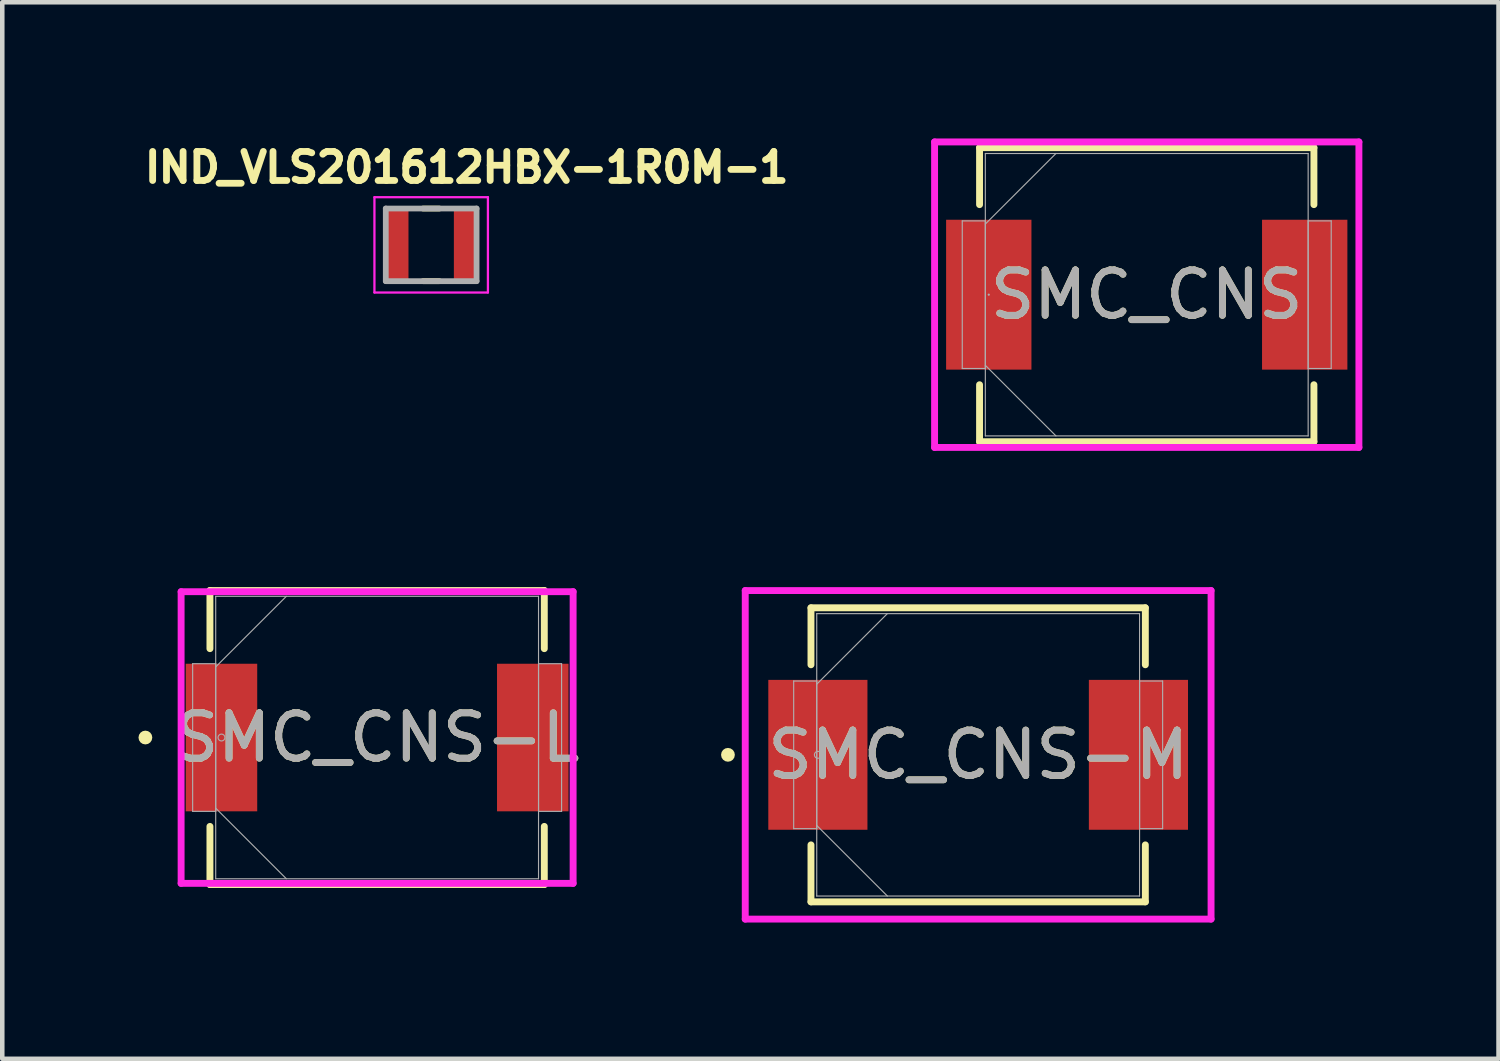
<source format=kicad_pcb>
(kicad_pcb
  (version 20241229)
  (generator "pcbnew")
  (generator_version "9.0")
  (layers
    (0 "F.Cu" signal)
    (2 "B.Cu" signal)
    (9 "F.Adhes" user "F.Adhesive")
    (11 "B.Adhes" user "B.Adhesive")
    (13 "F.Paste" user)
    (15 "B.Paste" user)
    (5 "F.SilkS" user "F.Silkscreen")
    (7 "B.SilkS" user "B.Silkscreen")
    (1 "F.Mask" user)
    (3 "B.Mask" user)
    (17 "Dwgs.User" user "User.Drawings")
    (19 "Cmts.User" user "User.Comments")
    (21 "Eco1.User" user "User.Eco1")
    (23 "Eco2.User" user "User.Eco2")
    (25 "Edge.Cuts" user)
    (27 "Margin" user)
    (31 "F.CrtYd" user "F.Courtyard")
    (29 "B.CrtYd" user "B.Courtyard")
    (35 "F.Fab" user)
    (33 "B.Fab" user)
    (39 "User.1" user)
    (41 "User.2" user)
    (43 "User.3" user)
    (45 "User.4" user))
  (footprint "SMC_CNS-M"
    (layer "F.Cu")
    (at 18.499 13.579)
    (property "Reference" "SMC_CNS-M" (at 0 0 0) (unlocked yes) (layer "F.SilkS") (effects (font (size 1 1) (thickness 0.15))))
    (attr smd)
    (fp_line (start -3.683 -3.239) (end -3.683 -1.984) (stroke (width 0.152) (type solid)) (layer "F.SilkS"))
    (fp_line (start -3.683 1.984) (end -3.683 3.239) (stroke (width 0.152) (type solid)) (layer "F.SilkS"))
    (fp_line (start -3.683 3.239) (end 3.683 3.239) (stroke (width 0.152) (type solid)) (layer "F.SilkS"))
    (fp_line (start 3.683 -3.239) (end -3.683 -3.239) (stroke (width 0.152) (type solid)) (layer "F.SilkS"))
    (fp_line (start 3.683 -1.984) (end 3.683 -3.239) (stroke (width 0.152) (type solid)) (layer "F.SilkS"))
    (fp_line (start 3.683 3.239) (end 3.683 1.984) (stroke (width 0.152) (type solid)) (layer "F.SilkS"))
    (fp_circle (center -5.512 0) (end -5.436 0) (stroke (width 0.152) (type solid)) (fill no) (layer "F.SilkS"))
    (fp_line (start -5.131 -3.619) (end 5.131 -3.619) (stroke (width 0.152) (type solid)) (layer "F.CrtYd"))
    (fp_line (start -5.131 3.619) (end -5.131 -3.619) (stroke (width 0.152) (type solid)) (layer "F.CrtYd"))
    (fp_line (start 5.131 -3.619) (end 5.131 3.619) (stroke (width 0.152) (type solid)) (layer "F.CrtYd"))
    (fp_line (start 5.131 3.619) (end -5.131 3.619) (stroke (width 0.152) (type solid)) (layer "F.CrtYd"))
    (fp_line (start -4.064 -1.626) (end -4.064 1.626) (stroke (width 0.025) (type solid)) (layer "F.Fab"))
    (fp_line (start -4.064 1.626) (end -3.556 1.626) (stroke (width 0.025) (type solid)) (layer "F.Fab"))
    (fp_line (start -3.556 -3.111) (end -3.556 3.111) (stroke (width 0.025) (type solid)) (layer "F.Fab"))
    (fp_line (start -3.556 -1.626) (end -4.064 -1.626) (stroke (width 0.025) (type solid)) (layer "F.Fab"))
    (fp_line (start -3.556 -1.556) (end -2 -3.111) (stroke (width 0.025) (type solid)) (layer "F.Fab"))
    (fp_line (start -3.556 1.556) (end -2 3.111) (stroke (width 0.025) (type solid)) (layer "F.Fab"))
    (fp_line (start -3.556 1.626) (end -3.556 -1.626) (stroke (width 0.025) (type solid)) (layer "F.Fab"))
    (fp_line (start -3.556 3.111) (end 3.556 3.111) (stroke (width 0.025) (type solid)) (layer "F.Fab"))
    (fp_line (start 3.556 -3.111) (end -3.556 -3.111) (stroke (width 0.025) (type solid)) (layer "F.Fab"))
    (fp_line (start 3.556 -1.626) (end 3.556 1.626) (stroke (width 0.025) (type solid)) (layer "F.Fab"))
    (fp_line (start 3.556 1.626) (end 4.064 1.626) (stroke (width 0.025) (type solid)) (layer "F.Fab"))
    (fp_line (start 3.556 3.111) (end 3.556 -3.111) (stroke (width 0.025) (type solid)) (layer "F.Fab"))
    (fp_line (start 4.064 -1.626) (end 3.556 -1.626) (stroke (width 0.025) (type solid)) (layer "F.Fab"))
    (fp_line (start 4.064 1.626) (end 4.064 -1.626) (stroke (width 0.025) (type solid)) (layer "F.Fab"))
    (fp_circle (center -3.531 0) (end -3.454 0) (stroke (width 0.025) (type solid)) (fill no) (layer "F.Fab"))
    (fp_text user "${REFERENCE}" (at 0 0 0) (unlocked yes) (layer "F.Fab") (effects (font (size 1 1) (thickness 0.15))))
    (pad "1" smd rect (at -3.531 0) (size 2.184 3.302) (layers "F.Cu" "F.Mask" "F.Paste"))
    (pad "2" smd rect (at 3.531 0) (size 2.184 3.302) (layers "F.Cu" "F.Mask" "F.Paste"))
    (zone (net_name "") (layer "F.Cu") (hatch full 0.508) (connect_pads) (min_thickness 0.254) (filled_areas_thickness no) (keepout (tracks not_allowed) (vias not_allowed) (pads allowed) (copperpour not_allowed) (footprints allowed)) (placement (enabled no)) (fill) (polygon (pts (xy 16.112 10.518) (xy 20.887 10.518) (xy 20.887 16.64) (xy 16.112 16.64)))))
  (footprint "SMC_CNS"
    (layer "F.Cu")
    (at 22.213 3.442)
    (property "Reference" "SMC_CNS" (at 0 0 0) (unlocked yes) (layer "F.SilkS") (effects (font (size 1 1) (thickness 0.15))))
    (attr smd)
    (fp_line (start -3.683 -3.239) (end -3.683 -1.984) (stroke (width 0.152) (type solid)) (layer "F.SilkS"))
    (fp_line (start -3.683 1.984) (end -3.683 3.239) (stroke (width 0.152) (type solid)) (layer "F.SilkS"))
    (fp_line (start -3.683 3.239) (end 3.683 3.239) (stroke (width 0.152) (type solid)) (layer "F.SilkS"))
    (fp_line (start 3.683 -3.239) (end -3.683 -3.239) (stroke (width 0.152) (type solid)) (layer "F.SilkS"))
    (fp_line (start 3.683 -1.984) (end 3.683 -3.239) (stroke (width 0.152) (type solid)) (layer "F.SilkS"))
    (fp_line (start 3.683 3.239) (end 3.683 1.984) (stroke (width 0.152) (type solid)) (layer "F.SilkS"))
    (fp_line (start -4.674 -3.365) (end 4.674 -3.365) (stroke (width 0.152) (type solid)) (layer "F.CrtYd"))
    (fp_line (start -4.674 3.365) (end -4.674 -3.365) (stroke (width 0.152) (type solid)) (layer "F.CrtYd"))
    (fp_line (start 4.674 -3.365) (end 4.674 3.365) (stroke (width 0.152) (type solid)) (layer "F.CrtYd"))
    (fp_line (start 4.674 3.365) (end -4.674 3.365) (stroke (width 0.152) (type solid)) (layer "F.CrtYd"))
    (fp_line (start -4.064 -1.626) (end -4.064 1.626) (stroke (width 0.025) (type solid)) (layer "F.Fab"))
    (fp_line (start -4.064 1.626) (end -3.556 1.626) (stroke (width 0.025) (type solid)) (layer "F.Fab"))
    (fp_line (start -3.556 -3.111) (end -3.556 3.111) (stroke (width 0.025) (type solid)) (layer "F.Fab"))
    (fp_line (start -3.556 -1.626) (end -4.064 -1.626) (stroke (width 0.025) (type solid)) (layer "F.Fab"))
    (fp_line (start -3.556 -1.556) (end -2 -3.111) (stroke (width 0.025) (type solid)) (layer "F.Fab"))
    (fp_line (start -3.556 1.556) (end -2 3.111) (stroke (width 0.025) (type solid)) (layer "F.Fab"))
    (fp_line (start -3.556 1.626) (end -3.556 -1.626) (stroke (width 0.025) (type solid)) (layer "F.Fab"))
    (fp_line (start -3.556 3.111) (end 3.556 3.111) (stroke (width 0.025) (type solid)) (layer "F.Fab"))
    (fp_line (start 3.556 -3.111) (end -3.556 -3.111) (stroke (width 0.025) (type solid)) (layer "F.Fab"))
    (fp_line (start 3.556 -1.626) (end 3.556 1.626) (stroke (width 0.025) (type solid)) (layer "F.Fab"))
    (fp_line (start 3.556 1.626) (end 4.064 1.626) (stroke (width 0.025) (type solid)) (layer "F.Fab"))
    (fp_line (start 3.556 3.111) (end 3.556 -3.111) (stroke (width 0.025) (type solid)) (layer "F.Fab"))
    (fp_line (start 4.064 -1.626) (end 3.556 -1.626) (stroke (width 0.025) (type solid)) (layer "F.Fab"))
    (fp_line (start 4.064 1.626) (end 4.064 -1.626) (stroke (width 0.025) (type solid)) (layer "F.Fab"))
    (fp_circle (center -3.48 0) (end -3.48 0) (stroke (width 0.025) (type solid)) (fill no) (layer "F.Fab"))
    (fp_text user "${REFERENCE}" (at 0 0 0) (unlocked yes) (layer "F.Fab") (effects (font (size 1 1) (thickness 0.15))))
    (pad "1" smd rect (at -3.48 0) (size 1.88 3.302) (layers "F.Cu" "F.Mask" "F.Paste"))
    (pad "2" smd rect (at 3.48 0) (size 1.88 3.302) (layers "F.Cu" "F.Mask" "F.Paste"))
    (zone (net_name "") (layer "F.Cu") (hatch full 0.508) (connect_pads) (min_thickness 0.254) (filled_areas_thickness no) (keepout (tracks not_allowed) (vias not_allowed) (pads allowed) (copperpour not_allowed) (footprints allowed)) (placement (enabled no)) (fill) (polygon (pts (xy 19.724 0.381) (xy 24.702 0.381) (xy 24.702 6.502) (xy 19.724 6.502)))))
  (footprint "IND_VLS201612HBX-1R0M-1"
    (layer "F.Cu")
    (at 6.449 2.344)
    (property "Reference" "IND_VLS201612HBX-1R0M-1" (at 0.782 -1.706 0) (layer "F.SilkS") (effects (font (size 0.64 0.64) (thickness 0.15))))
    (attr smd)
    (fp_line (start -0.18 -0.8) (end 0.18 -0.8) (stroke (width 0.127) (type solid)) (layer "F.SilkS"))
    (fp_line (start -0.18 0.8) (end 0.18 0.8) (stroke (width 0.127) (type solid)) (layer "F.SilkS"))
    (fp_line (start -1.25 -1.05) (end -1.25 1.05) (stroke (width 0.05) (type solid)) (layer "F.CrtYd"))
    (fp_line (start -1.25 1.05) (end 1.25 1.05) (stroke (width 0.05) (type solid)) (layer "F.CrtYd"))
    (fp_line (start 1.25 -1.05) (end -1.25 -1.05) (stroke (width 0.05) (type solid)) (layer "F.CrtYd"))
    (fp_line (start 1.25 1.05) (end 1.25 -1.05) (stroke (width 0.05) (type solid)) (layer "F.CrtYd"))
    (fp_line (start -1 -0.8) (end -1 0.8) (stroke (width 0.127) (type solid)) (layer "F.Fab"))
    (fp_line (start -1 -0.8) (end 1 -0.8) (stroke (width 0.127) (type solid)) (layer "F.Fab"))
    (fp_line (start -1 0.8) (end 1 0.8) (stroke (width 0.127) (type solid)) (layer "F.Fab"))
    (fp_line (start 1 -0.8) (end 1 0.8) (stroke (width 0.127) (type solid)) (layer "F.Fab"))
    (pad "1" smd rect (at -0.75 0) (size 0.5 1.6) (layers "F.Cu" "F.Mask" "F.Paste"))
    (pad "2" smd rect (at 0.75 0) (size 0.5 1.6) (layers "F.Cu" "F.Mask" "F.Paste")))
  (footprint "SMC_CNS-L"
    (layer "F.Cu")
    (at 5.258 13.198)
    (property "Reference" "SMC_CNS-L" (at 0 0 0) (unlocked yes) (layer "F.SilkS") (effects (font (size 1 1) (thickness 0.15))))
    (attr smd)
    (fp_line (start -3.683 -3.239) (end -3.683 -1.958) (stroke (width 0.152) (type solid)) (layer "F.SilkS"))
    (fp_line (start -3.683 1.958) (end -3.683 3.239) (stroke (width 0.152) (type solid)) (layer "F.SilkS"))
    (fp_line (start -3.683 3.239) (end 3.683 3.239) (stroke (width 0.152) (type solid)) (layer "F.SilkS"))
    (fp_line (start 3.683 -3.239) (end -3.683 -3.239) (stroke (width 0.152) (type solid)) (layer "F.SilkS"))
    (fp_line (start 3.683 -1.958) (end 3.683 -3.239) (stroke (width 0.152) (type solid)) (layer "F.SilkS"))
    (fp_line (start 3.683 3.239) (end 3.683 1.958) (stroke (width 0.152) (type solid)) (layer "F.SilkS"))
    (fp_circle (center -5.105 0) (end -5.029 0) (stroke (width 0.152) (type solid)) (fill no) (layer "F.SilkS"))
    (fp_line (start -4.318 -3.213) (end 4.318 -3.213) (stroke (width 0.152) (type solid)) (layer "F.CrtYd"))
    (fp_line (start -4.318 3.213) (end -4.318 -3.213) (stroke (width 0.152) (type solid)) (layer "F.CrtYd"))
    (fp_line (start 4.318 -3.213) (end 4.318 3.213) (stroke (width 0.152) (type solid)) (layer "F.CrtYd"))
    (fp_line (start 4.318 3.213) (end -4.318 3.213) (stroke (width 0.152) (type solid)) (layer "F.CrtYd"))
    (fp_line (start -4.064 -1.626) (end -4.064 1.626) (stroke (width 0.025) (type solid)) (layer "F.Fab"))
    (fp_line (start -4.064 1.626) (end -3.556 1.626) (stroke (width 0.025) (type solid)) (layer "F.Fab"))
    (fp_line (start -3.556 -3.111) (end -3.556 3.111) (stroke (width 0.025) (type solid)) (layer "F.Fab"))
    (fp_line (start -3.556 -1.626) (end -4.064 -1.626) (stroke (width 0.025) (type solid)) (layer "F.Fab"))
    (fp_line (start -3.556 -1.556) (end -2 -3.111) (stroke (width 0.025) (type solid)) (layer "F.Fab"))
    (fp_line (start -3.556 1.556) (end -2 3.111) (stroke (width 0.025) (type solid)) (layer "F.Fab"))
    (fp_line (start -3.556 1.626) (end -3.556 -1.626) (stroke (width 0.025) (type solid)) (layer "F.Fab"))
    (fp_line (start -3.556 3.111) (end 3.556 3.111) (stroke (width 0.025) (type solid)) (layer "F.Fab"))
    (fp_line (start 3.556 -3.111) (end -3.556 -3.111) (stroke (width 0.025) (type solid)) (layer "F.Fab"))
    (fp_line (start 3.556 -1.626) (end 3.556 1.626) (stroke (width 0.025) (type solid)) (layer "F.Fab"))
    (fp_line (start 3.556 1.626) (end 4.064 1.626) (stroke (width 0.025) (type solid)) (layer "F.Fab"))
    (fp_line (start 3.556 3.111) (end 3.556 -3.111) (stroke (width 0.025) (type solid)) (layer "F.Fab"))
    (fp_line (start 4.064 -1.626) (end 3.556 -1.626) (stroke (width 0.025) (type solid)) (layer "F.Fab"))
    (fp_line (start 4.064 1.626) (end 4.064 -1.626) (stroke (width 0.025) (type solid)) (layer "F.Fab"))
    (fp_circle (center -3.429 0) (end -3.353 0) (stroke (width 0.025) (type solid)) (fill no) (layer "F.Fab"))
    (fp_text user "${REFERENCE}" (at 0 0 0) (unlocked yes) (layer "F.Fab") (effects (font (size 1 1) (thickness 0.15))))
    (pad "1" smd rect (at -3.429 0) (size 1.575 3.251) (layers "F.Cu" "F.Mask" "F.Paste"))
    (pad "2" smd rect (at 3.429 0) (size 1.575 3.251) (layers "F.Cu" "F.Mask" "F.Paste"))
    (zone (net_name "") (layer "F.Cu") (hatch full 0.508) (connect_pads) (min_thickness 0.254) (filled_areas_thickness no) (keepout (tracks not_allowed) (vias not_allowed) (pads allowed) (copperpour not_allowed) (footprints allowed)) (placement (enabled no)) (fill) (polygon (pts (xy 2.667 10.137) (xy 7.849 10.137) (xy 7.849 16.259) (xy 2.667 16.259)))))
  (gr_rect
    (start -3 -3)
    (end 29.963 20.275)
    (stroke (width 0.1) (type default))
    (fill no)
    (layer "Edge.Cuts")))
</source>
